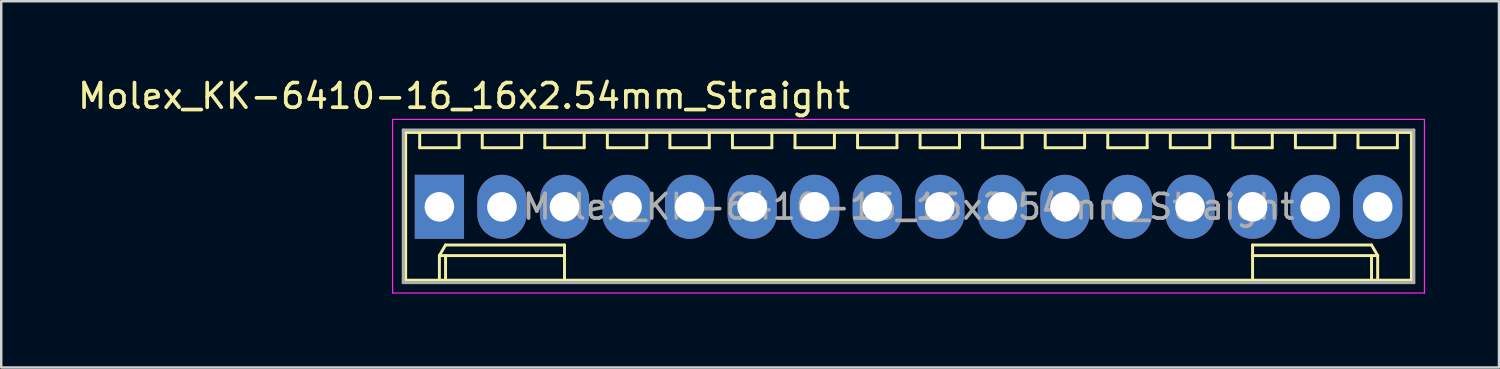
<source format=kicad_pcb>
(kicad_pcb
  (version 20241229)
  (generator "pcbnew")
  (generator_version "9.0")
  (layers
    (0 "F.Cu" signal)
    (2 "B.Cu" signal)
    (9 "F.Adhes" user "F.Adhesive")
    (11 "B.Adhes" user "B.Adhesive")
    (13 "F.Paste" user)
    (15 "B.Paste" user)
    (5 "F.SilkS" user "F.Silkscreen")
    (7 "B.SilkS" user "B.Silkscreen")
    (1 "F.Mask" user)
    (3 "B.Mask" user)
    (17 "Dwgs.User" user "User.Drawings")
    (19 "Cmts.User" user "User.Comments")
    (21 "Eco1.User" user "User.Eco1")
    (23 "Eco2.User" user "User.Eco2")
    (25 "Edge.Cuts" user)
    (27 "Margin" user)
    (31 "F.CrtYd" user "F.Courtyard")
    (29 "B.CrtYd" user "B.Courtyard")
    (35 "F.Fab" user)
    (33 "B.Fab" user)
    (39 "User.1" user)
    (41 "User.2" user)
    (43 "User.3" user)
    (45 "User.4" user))
  (footprint "Molex_KK-6410-16_16x2.54mm_Straight"
    (layer "F.Cu")
    (at 14.792 5.348)
    (property "Reference" "Molex_KK-6410-16_16x2.54mm_Straight" (at 1 -4.5 0) (layer "F.SilkS") (effects (font (size 1 1) (thickness 0.15))))
    (attr through_hole)
    (fp_line (start -1.37 -3.02) (end -1.37 2.98) (stroke (width 0.12) (type solid)) (layer "F.SilkS"))
    (fp_line (start -1.37 2.98) (end 39.47 2.98) (stroke (width 0.12) (type solid)) (layer "F.SilkS"))
    (fp_line (start -0.8 -3.02) (end -0.8 -2.4) (stroke (width 0.12) (type solid)) (layer "F.SilkS"))
    (fp_line (start -0.8 -2.4) (end 0.8 -2.4) (stroke (width 0.12) (type solid)) (layer "F.SilkS"))
    (fp_line (start 0 1.98) (end 0.25 1.55) (stroke (width 0.12) (type solid)) (layer "F.SilkS"))
    (fp_line (start 0 1.98) (end 5.08 1.98) (stroke (width 0.12) (type solid)) (layer "F.SilkS"))
    (fp_line (start 0 2.98) (end 0 1.98) (stroke (width 0.12) (type solid)) (layer "F.SilkS"))
    (fp_line (start 0.25 1.55) (end 5.08 1.55) (stroke (width 0.12) (type solid)) (layer "F.SilkS"))
    (fp_line (start 0.25 2.98) (end 0.25 1.98) (stroke (width 0.12) (type solid)) (layer "F.SilkS"))
    (fp_line (start 0.8 -2.4) (end 0.8 -3.02) (stroke (width 0.12) (type solid)) (layer "F.SilkS"))
    (fp_line (start 1.74 -3.02) (end 1.74 -2.4) (stroke (width 0.12) (type solid)) (layer "F.SilkS"))
    (fp_line (start 1.74 -2.4) (end 3.34 -2.4) (stroke (width 0.12) (type solid)) (layer "F.SilkS"))
    (fp_line (start 3.34 -2.4) (end 3.34 -3.02) (stroke (width 0.12) (type solid)) (layer "F.SilkS"))
    (fp_line (start 4.28 -3.02) (end 4.28 -2.4) (stroke (width 0.12) (type solid)) (layer "F.SilkS"))
    (fp_line (start 4.28 -2.4) (end 5.88 -2.4) (stroke (width 0.12) (type solid)) (layer "F.SilkS"))
    (fp_line (start 5.08 1.55) (end 5.08 1.98) (stroke (width 0.12) (type solid)) (layer "F.SilkS"))
    (fp_line (start 5.08 1.98) (end 5.08 2.98) (stroke (width 0.12) (type solid)) (layer "F.SilkS"))
    (fp_line (start 5.88 -2.4) (end 5.88 -3.02) (stroke (width 0.12) (type solid)) (layer "F.SilkS"))
    (fp_line (start 6.82 -3.02) (end 6.82 -2.4) (stroke (width 0.12) (type solid)) (layer "F.SilkS"))
    (fp_line (start 6.82 -2.4) (end 8.42 -2.4) (stroke (width 0.12) (type solid)) (layer "F.SilkS"))
    (fp_line (start 8.42 -2.4) (end 8.42 -3.02) (stroke (width 0.12) (type solid)) (layer "F.SilkS"))
    (fp_line (start 9.36 -3.02) (end 9.36 -2.4) (stroke (width 0.12) (type solid)) (layer "F.SilkS"))
    (fp_line (start 9.36 -2.4) (end 10.96 -2.4) (stroke (width 0.12) (type solid)) (layer "F.SilkS"))
    (fp_line (start 10.96 -2.4) (end 10.96 -3.02) (stroke (width 0.12) (type solid)) (layer "F.SilkS"))
    (fp_line (start 11.9 -3.02) (end 11.9 -2.4) (stroke (width 0.12) (type solid)) (layer "F.SilkS"))
    (fp_line (start 11.9 -2.4) (end 13.5 -2.4) (stroke (width 0.12) (type solid)) (layer "F.SilkS"))
    (fp_line (start 13.5 -2.4) (end 13.5 -3.02) (stroke (width 0.12) (type solid)) (layer "F.SilkS"))
    (fp_line (start 14.44 -3.02) (end 14.44 -2.4) (stroke (width 0.12) (type solid)) (layer "F.SilkS"))
    (fp_line (start 14.44 -2.4) (end 16.04 -2.4) (stroke (width 0.12) (type solid)) (layer "F.SilkS"))
    (fp_line (start 16.04 -2.4) (end 16.04 -3.02) (stroke (width 0.12) (type solid)) (layer "F.SilkS"))
    (fp_line (start 16.98 -3.02) (end 16.98 -2.4) (stroke (width 0.12) (type solid)) (layer "F.SilkS"))
    (fp_line (start 16.98 -2.4) (end 18.58 -2.4) (stroke (width 0.12) (type solid)) (layer "F.SilkS"))
    (fp_line (start 18.58 -2.4) (end 18.58 -3.02) (stroke (width 0.12) (type solid)) (layer "F.SilkS"))
    (fp_line (start 19.52 -3.02) (end 19.52 -2.4) (stroke (width 0.12) (type solid)) (layer "F.SilkS"))
    (fp_line (start 19.52 -2.4) (end 21.12 -2.4) (stroke (width 0.12) (type solid)) (layer "F.SilkS"))
    (fp_line (start 21.12 -2.4) (end 21.12 -3.02) (stroke (width 0.12) (type solid)) (layer "F.SilkS"))
    (fp_line (start 22.06 -3.02) (end 22.06 -2.4) (stroke (width 0.12) (type solid)) (layer "F.SilkS"))
    (fp_line (start 22.06 -2.4) (end 23.66 -2.4) (stroke (width 0.12) (type solid)) (layer "F.SilkS"))
    (fp_line (start 23.66 -2.4) (end 23.66 -3.02) (stroke (width 0.12) (type solid)) (layer "F.SilkS"))
    (fp_line (start 24.6 -3.02) (end 24.6 -2.4) (stroke (width 0.12) (type solid)) (layer "F.SilkS"))
    (fp_line (start 24.6 -2.4) (end 26.2 -2.4) (stroke (width 0.12) (type solid)) (layer "F.SilkS"))
    (fp_line (start 26.2 -2.4) (end 26.2 -3.02) (stroke (width 0.12) (type solid)) (layer "F.SilkS"))
    (fp_line (start 27.14 -3.02) (end 27.14 -2.4) (stroke (width 0.12) (type solid)) (layer "F.SilkS"))
    (fp_line (start 27.14 -2.4) (end 28.74 -2.4) (stroke (width 0.12) (type solid)) (layer "F.SilkS"))
    (fp_line (start 28.74 -2.4) (end 28.74 -3.02) (stroke (width 0.12) (type solid)) (layer "F.SilkS"))
    (fp_line (start 29.68 -3.02) (end 29.68 -2.4) (stroke (width 0.12) (type solid)) (layer "F.SilkS"))
    (fp_line (start 29.68 -2.4) (end 31.28 -2.4) (stroke (width 0.12) (type solid)) (layer "F.SilkS"))
    (fp_line (start 31.28 -2.4) (end 31.28 -3.02) (stroke (width 0.12) (type solid)) (layer "F.SilkS"))
    (fp_line (start 32.22 -3.02) (end 32.22 -2.4) (stroke (width 0.12) (type solid)) (layer "F.SilkS"))
    (fp_line (start 32.22 -2.4) (end 33.82 -2.4) (stroke (width 0.12) (type solid)) (layer "F.SilkS"))
    (fp_line (start 33.02 1.55) (end 33.02 1.98) (stroke (width 0.12) (type solid)) (layer "F.SilkS"))
    (fp_line (start 33.02 1.98) (end 33.02 2.98) (stroke (width 0.12) (type solid)) (layer "F.SilkS"))
    (fp_line (start 33.82 -2.4) (end 33.82 -3.02) (stroke (width 0.12) (type solid)) (layer "F.SilkS"))
    (fp_line (start 34.76 -3.02) (end 34.76 -2.4) (stroke (width 0.12) (type solid)) (layer "F.SilkS"))
    (fp_line (start 34.76 -2.4) (end 36.36 -2.4) (stroke (width 0.12) (type solid)) (layer "F.SilkS"))
    (fp_line (start 36.36 -2.4) (end 36.36 -3.02) (stroke (width 0.12) (type solid)) (layer "F.SilkS"))
    (fp_line (start 37.3 -3.02) (end 37.3 -2.4) (stroke (width 0.12) (type solid)) (layer "F.SilkS"))
    (fp_line (start 37.3 -2.4) (end 38.9 -2.4) (stroke (width 0.12) (type solid)) (layer "F.SilkS"))
    (fp_line (start 37.85 1.55) (end 33.02 1.55) (stroke (width 0.12) (type solid)) (layer "F.SilkS"))
    (fp_line (start 37.85 2.98) (end 37.85 1.98) (stroke (width 0.12) (type solid)) (layer "F.SilkS"))
    (fp_line (start 38.1 1.98) (end 33.02 1.98) (stroke (width 0.12) (type solid)) (layer "F.SilkS"))
    (fp_line (start 38.1 1.98) (end 37.85 1.55) (stroke (width 0.12) (type solid)) (layer "F.SilkS"))
    (fp_line (start 38.1 2.98) (end 38.1 1.98) (stroke (width 0.12) (type solid)) (layer "F.SilkS"))
    (fp_line (start 38.9 -2.4) (end 38.9 -3.02) (stroke (width 0.12) (type solid)) (layer "F.SilkS"))
    (fp_line (start 39.47 -3.02) (end -1.37 -3.02) (stroke (width 0.12) (type solid)) (layer "F.SilkS"))
    (fp_line (start 39.47 2.98) (end 39.47 -3.02) (stroke (width 0.12) (type solid)) (layer "F.SilkS"))
    (fp_line (start -1.9 -3.55) (end 40 -3.55) (stroke (width 0.05) (type solid)) (layer "F.CrtYd"))
    (fp_line (start -1.9 3.5) (end -1.9 -3.55) (stroke (width 0.05) (type solid)) (layer "F.CrtYd"))
    (fp_line (start 40 -3.55) (end 40 3.5) (stroke (width 0.05) (type solid)) (layer "F.CrtYd"))
    (fp_line (start 40 3.5) (end -1.9 3.5) (stroke (width 0.05) (type solid)) (layer "F.CrtYd"))
    (fp_line (start -1.47 -3.12) (end -1.47 3.08) (stroke (width 0.12) (type solid)) (layer "F.Fab"))
    (fp_line (start -1.47 3.08) (end 39.57 3.08) (stroke (width 0.12) (type solid)) (layer "F.Fab"))
    (fp_line (start 39.57 -3.12) (end -1.47 -3.12) (stroke (width 0.12) (type solid)) (layer "F.Fab"))
    (fp_line (start 39.57 3.08) (end 39.57 -3.12) (stroke (width 0.12) (type solid)) (layer "F.Fab"))
    (fp_text user "${REFERENCE}" (at 19.05 0 0) (layer "F.Fab") (effects (font (size 1 1) (thickness 0.15))))
    (pad "1" thru_hole rect (at 0 0) (size 2 2.6) (drill 1.2) (layers "*.Cu" "*.Mask"))
    (pad "2" thru_hole oval (at 2.54 0) (size 2 2.6) (drill 1.2) (layers "*.Cu" "*.Mask"))
    (pad "3" thru_hole oval (at 5.08 0) (size 2 2.6) (drill 1.2) (layers "*.Cu" "*.Mask"))
    (pad "4" thru_hole oval (at 7.62 0) (size 2 2.6) (drill 1.2) (layers "*.Cu" "*.Mask"))
    (pad "5" thru_hole oval (at 10.16 0) (size 2 2.6) (drill 1.2) (layers "*.Cu" "*.Mask"))
    (pad "6" thru_hole oval (at 12.7 0) (size 2 2.6) (drill 1.2) (layers "*.Cu" "*.Mask"))
    (pad "7" thru_hole oval (at 15.24 0) (size 2 2.6) (drill 1.2) (layers "*.Cu" "*.Mask"))
    (pad "8" thru_hole oval (at 17.78 0) (size 2 2.6) (drill 1.2) (layers "*.Cu" "*.Mask"))
    (pad "9" thru_hole oval (at 20.32 0) (size 2 2.6) (drill 1.2) (layers "*.Cu" "*.Mask"))
    (pad "10" thru_hole oval (at 22.86 0) (size 2 2.6) (drill 1.2) (layers "*.Cu" "*.Mask"))
    (pad "11" thru_hole oval (at 25.4 0) (size 2 2.6) (drill 1.2) (layers "*.Cu" "*.Mask"))
    (pad "12" thru_hole oval (at 27.94 0) (size 2 2.6) (drill 1.2) (layers "*.Cu" "*.Mask"))
    (pad "13" thru_hole oval (at 30.48 0) (size 2 2.6) (drill 1.2) (layers "*.Cu" "*.Mask"))
    (pad "14" thru_hole oval (at 33.02 0) (size 2 2.6) (drill 1.2) (layers "*.Cu" "*.Mask"))
    (pad "15" thru_hole oval (at 35.56 0) (size 2 2.6) (drill 1.2) (layers "*.Cu" "*.Mask"))
    (pad "16" thru_hole oval (at 38.1 0) (size 2 2.6) (drill 1.2) (layers "*.Cu" "*.Mask")))
  (gr_rect
    (start -3 -3)
    (end 57.817 11.873)
    (stroke (width 0.1) (type default))
    (fill no)
    (layer "Edge.Cuts")))
</source>
